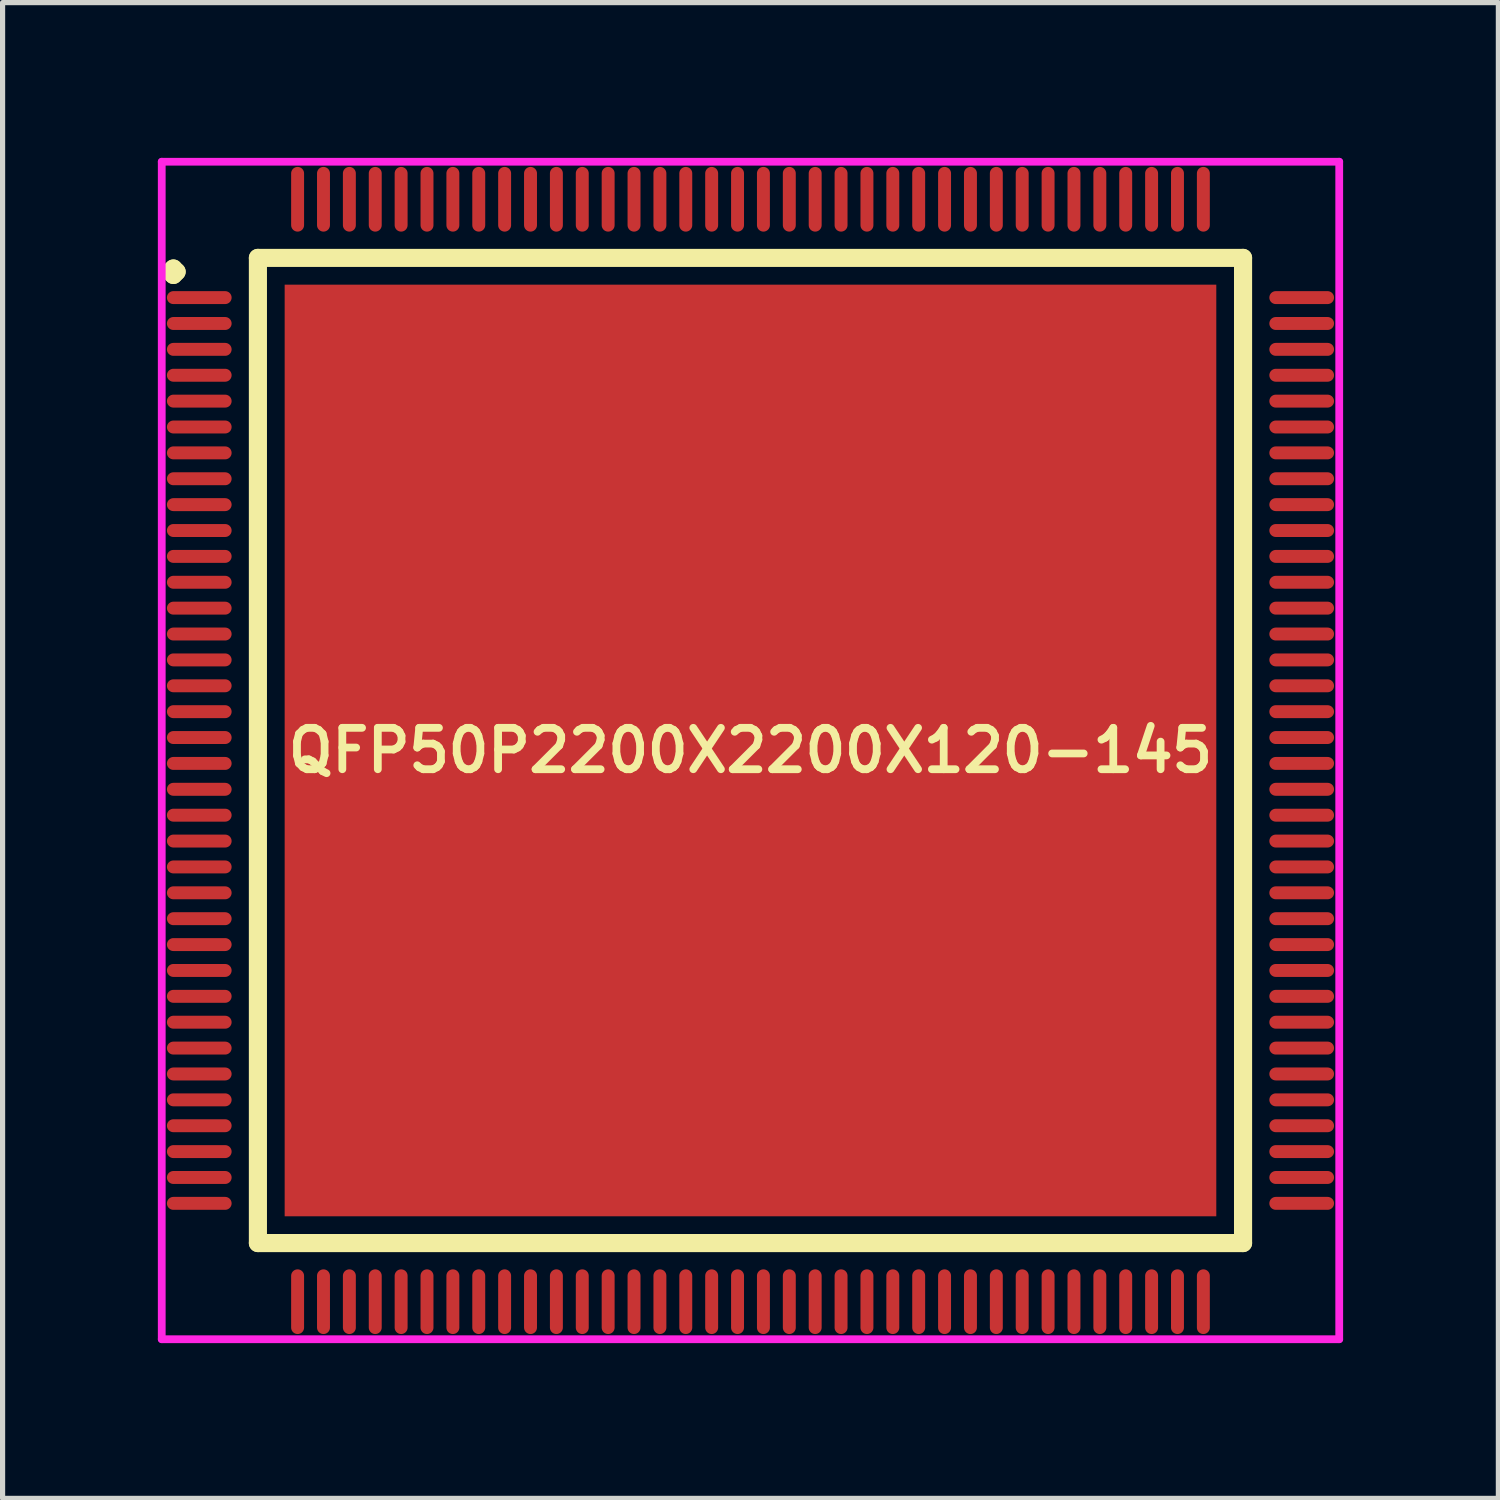
<source format=kicad_pcb>
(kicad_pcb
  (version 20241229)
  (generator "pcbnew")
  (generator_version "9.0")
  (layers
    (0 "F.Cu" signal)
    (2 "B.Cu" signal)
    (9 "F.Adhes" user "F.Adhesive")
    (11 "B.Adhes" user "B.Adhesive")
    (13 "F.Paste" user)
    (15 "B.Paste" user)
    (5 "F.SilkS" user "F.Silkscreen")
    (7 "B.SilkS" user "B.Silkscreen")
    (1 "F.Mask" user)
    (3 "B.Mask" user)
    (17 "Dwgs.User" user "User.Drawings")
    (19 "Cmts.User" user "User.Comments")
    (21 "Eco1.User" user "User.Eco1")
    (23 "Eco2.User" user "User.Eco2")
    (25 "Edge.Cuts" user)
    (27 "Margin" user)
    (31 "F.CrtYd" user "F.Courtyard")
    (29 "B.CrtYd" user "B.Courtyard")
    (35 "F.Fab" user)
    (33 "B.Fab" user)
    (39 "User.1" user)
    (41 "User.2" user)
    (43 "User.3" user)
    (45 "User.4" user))
  (footprint "QFP50P2200X2200X120-145"
    (layer "F.Cu")
    (at 11.45 11.45)
    (property "Reference" "QFP50P2200X2200X120-145" (at 0 0 0) (layer "F.SilkS") (effects (font (size 0.8 0.8) (thickness 0.15))))
    (attr smd)
    (fp_line (start -11.213 -9.25) (end -11.15 -9.312) (stroke (width 0.35) (type solid)) (layer "F.SilkS"))
    (fp_line (start -11.15 -9.312) (end -11.088 -9.25) (stroke (width 0.35) (type solid)) (layer "F.SilkS"))
    (fp_line (start -11.15 -9.188) (end -11.213 -9.25) (stroke (width 0.35) (type solid)) (layer "F.SilkS"))
    (fp_line (start -11.088 -9.25) (end -11.15 -9.188) (stroke (width 0.35) (type solid)) (layer "F.SilkS"))
    (fp_line (start -9.517 -9.517) (end -9.517 9.517) (stroke (width 0.35) (type solid)) (layer "F.SilkS"))
    (fp_line (start -9.517 9.517) (end 9.517 9.517) (stroke (width 0.35) (type solid)) (layer "F.SilkS"))
    (fp_line (start 9.517 -9.517) (end -9.517 -9.517) (stroke (width 0.35) (type solid)) (layer "F.SilkS"))
    (fp_line (start 9.517 9.517) (end 9.517 -9.517) (stroke (width 0.35) (type solid)) (layer "F.SilkS"))
    (fp_line (start -11.375 -11.375) (end 11.375 -11.375) (stroke (width 0.15) (type solid)) (layer "F.CrtYd"))
    (fp_line (start -11.375 11.375) (end -11.375 -11.375) (stroke (width 0.15) (type solid)) (layer "F.CrtYd"))
    (fp_line (start 11.375 -11.375) (end 11.375 11.375) (stroke (width 0.15) (type solid)) (layer "F.CrtYd"))
    (fp_line (start 11.375 11.375) (end -11.375 11.375) (stroke (width 0.15) (type solid)) (layer "F.CrtYd"))
    (pad "1" smd oval (at -10.65 -8.75) (size 1.25 0.25) (layers "F.Cu" "F.Mask" "F.Paste"))
    (pad "2" smd oval (at -10.65 -8.25) (size 1.25 0.25) (layers "F.Cu" "F.Mask" "F.Paste"))
    (pad "3" smd oval (at -10.65 -7.75) (size 1.25 0.25) (layers "F.Cu" "F.Mask" "F.Paste"))
    (pad "4" smd oval (at -10.65 -7.25) (size 1.25 0.25) (layers "F.Cu" "F.Mask" "F.Paste"))
    (pad "5" smd oval (at -10.65 -6.75) (size 1.25 0.25) (layers "F.Cu" "F.Mask" "F.Paste"))
    (pad "6" smd oval (at -10.65 -6.25) (size 1.25 0.25) (layers "F.Cu" "F.Mask" "F.Paste"))
    (pad "7" smd oval (at -10.65 -5.75) (size 1.25 0.25) (layers "F.Cu" "F.Mask" "F.Paste"))
    (pad "8" smd oval (at -10.65 -5.25) (size 1.25 0.25) (layers "F.Cu" "F.Mask" "F.Paste"))
    (pad "9" smd oval (at -10.65 -4.75) (size 1.25 0.25) (layers "F.Cu" "F.Mask" "F.Paste"))
    (pad "10" smd oval (at -10.65 -4.25) (size 1.25 0.25) (layers "F.Cu" "F.Mask" "F.Paste"))
    (pad "11" smd oval (at -10.65 -3.75) (size 1.25 0.25) (layers "F.Cu" "F.Mask" "F.Paste"))
    (pad "12" smd oval (at -10.65 -3.25) (size 1.25 0.25) (layers "F.Cu" "F.Mask" "F.Paste"))
    (pad "13" smd oval (at -10.65 -2.75) (size 1.25 0.25) (layers "F.Cu" "F.Mask" "F.Paste"))
    (pad "14" smd oval (at -10.65 -2.25) (size 1.25 0.25) (layers "F.Cu" "F.Mask" "F.Paste"))
    (pad "15" smd oval (at -10.65 -1.75) (size 1.25 0.25) (layers "F.Cu" "F.Mask" "F.Paste"))
    (pad "16" smd oval (at -10.65 -1.25) (size 1.25 0.25) (layers "F.Cu" "F.Mask" "F.Paste"))
    (pad "17" smd oval (at -10.65 -0.75) (size 1.25 0.25) (layers "F.Cu" "F.Mask" "F.Paste"))
    (pad "18" smd oval (at -10.65 -0.25) (size 1.25 0.25) (layers "F.Cu" "F.Mask" "F.Paste"))
    (pad "19" smd oval (at -10.65 0.25) (size 1.25 0.25) (layers "F.Cu" "F.Mask" "F.Paste"))
    (pad "20" smd oval (at -10.65 0.75) (size 1.25 0.25) (layers "F.Cu" "F.Mask" "F.Paste"))
    (pad "21" smd oval (at -10.65 1.25) (size 1.25 0.25) (layers "F.Cu" "F.Mask" "F.Paste"))
    (pad "22" smd oval (at -10.65 1.75) (size 1.25 0.25) (layers "F.Cu" "F.Mask" "F.Paste"))
    (pad "23" smd oval (at -10.65 2.25) (size 1.25 0.25) (layers "F.Cu" "F.Mask" "F.Paste"))
    (pad "24" smd oval (at -10.65 2.75) (size 1.25 0.25) (layers "F.Cu" "F.Mask" "F.Paste"))
    (pad "25" smd oval (at -10.65 3.25) (size 1.25 0.25) (layers "F.Cu" "F.Mask" "F.Paste"))
    (pad "26" smd oval (at -10.65 3.75) (size 1.25 0.25) (layers "F.Cu" "F.Mask" "F.Paste"))
    (pad "27" smd oval (at -10.65 4.25) (size 1.25 0.25) (layers "F.Cu" "F.Mask" "F.Paste"))
    (pad "28" smd oval (at -10.65 4.75) (size 1.25 0.25) (layers "F.Cu" "F.Mask" "F.Paste"))
    (pad "29" smd oval (at -10.65 5.25) (size 1.25 0.25) (layers "F.Cu" "F.Mask" "F.Paste"))
    (pad "30" smd oval (at -10.65 5.75) (size 1.25 0.25) (layers "F.Cu" "F.Mask" "F.Paste"))
    (pad "31" smd oval (at -10.65 6.25) (size 1.25 0.25) (layers "F.Cu" "F.Mask" "F.Paste"))
    (pad "32" smd oval (at -10.65 6.75) (size 1.25 0.25) (layers "F.Cu" "F.Mask" "F.Paste"))
    (pad "33" smd oval (at -10.65 7.25) (size 1.25 0.25) (layers "F.Cu" "F.Mask" "F.Paste"))
    (pad "34" smd oval (at -10.65 7.75) (size 1.25 0.25) (layers "F.Cu" "F.Mask" "F.Paste"))
    (pad "35" smd oval (at -10.65 8.25) (size 1.25 0.25) (layers "F.Cu" "F.Mask" "F.Paste"))
    (pad "36" smd oval (at -10.65 8.75) (size 1.25 0.25) (layers "F.Cu" "F.Mask" "F.Paste"))
    (pad "37" smd oval (at -8.75 10.65) (size 0.25 1.25) (layers "F.Cu" "F.Mask" "F.Paste"))
    (pad "38" smd oval (at -8.25 10.65) (size 0.25 1.25) (layers "F.Cu" "F.Mask" "F.Paste"))
    (pad "39" smd oval (at -7.75 10.65) (size 0.25 1.25) (layers "F.Cu" "F.Mask" "F.Paste"))
    (pad "40" smd oval (at -7.25 10.65) (size 0.25 1.25) (layers "F.Cu" "F.Mask" "F.Paste"))
    (pad "41" smd oval (at -6.75 10.65) (size 0.25 1.25) (layers "F.Cu" "F.Mask" "F.Paste"))
    (pad "42" smd oval (at -6.25 10.65) (size 0.25 1.25) (layers "F.Cu" "F.Mask" "F.Paste"))
    (pad "43" smd oval (at -5.75 10.65) (size 0.25 1.25) (layers "F.Cu" "F.Mask" "F.Paste"))
    (pad "44" smd oval (at -5.25 10.65) (size 0.25 1.25) (layers "F.Cu" "F.Mask" "F.Paste"))
    (pad "45" smd oval (at -4.75 10.65) (size 0.25 1.25) (layers "F.Cu" "F.Mask" "F.Paste"))
    (pad "46" smd oval (at -4.25 10.65) (size 0.25 1.25) (layers "F.Cu" "F.Mask" "F.Paste"))
    (pad "47" smd oval (at -3.75 10.65) (size 0.25 1.25) (layers "F.Cu" "F.Mask" "F.Paste"))
    (pad "48" smd oval (at -3.25 10.65) (size 0.25 1.25) (layers "F.Cu" "F.Mask" "F.Paste"))
    (pad "49" smd oval (at -2.75 10.65) (size 0.25 1.25) (layers "F.Cu" "F.Mask" "F.Paste"))
    (pad "50" smd oval (at -2.25 10.65) (size 0.25 1.25) (layers "F.Cu" "F.Mask" "F.Paste"))
    (pad "51" smd oval (at -1.75 10.65) (size 0.25 1.25) (layers "F.Cu" "F.Mask" "F.Paste"))
    (pad "52" smd oval (at -1.25 10.65) (size 0.25 1.25) (layers "F.Cu" "F.Mask" "F.Paste"))
    (pad "53" smd oval (at -0.75 10.65) (size 0.25 1.25) (layers "F.Cu" "F.Mask" "F.Paste"))
    (pad "54" smd oval (at -0.25 10.65) (size 0.25 1.25) (layers "F.Cu" "F.Mask" "F.Paste"))
    (pad "55" smd oval (at 0.25 10.65) (size 0.25 1.25) (layers "F.Cu" "F.Mask" "F.Paste"))
    (pad "56" smd oval (at 0.75 10.65) (size 0.25 1.25) (layers "F.Cu" "F.Mask" "F.Paste"))
    (pad "57" smd oval (at 1.25 10.65) (size 0.25 1.25) (layers "F.Cu" "F.Mask" "F.Paste"))
    (pad "58" smd oval (at 1.75 10.65) (size 0.25 1.25) (layers "F.Cu" "F.Mask" "F.Paste"))
    (pad "59" smd oval (at 2.25 10.65) (size 0.25 1.25) (layers "F.Cu" "F.Mask" "F.Paste"))
    (pad "60" smd oval (at 2.75 10.65) (size 0.25 1.25) (layers "F.Cu" "F.Mask" "F.Paste"))
    (pad "61" smd oval (at 3.25 10.65) (size 0.25 1.25) (layers "F.Cu" "F.Mask" "F.Paste"))
    (pad "62" smd oval (at 3.75 10.65) (size 0.25 1.25) (layers "F.Cu" "F.Mask" "F.Paste"))
    (pad "63" smd oval (at 4.25 10.65) (size 0.25 1.25) (layers "F.Cu" "F.Mask" "F.Paste"))
    (pad "64" smd oval (at 4.75 10.65) (size 0.25 1.25) (layers "F.Cu" "F.Mask" "F.Paste"))
    (pad "65" smd oval (at 5.25 10.65) (size 0.25 1.25) (layers "F.Cu" "F.Mask" "F.Paste"))
    (pad "66" smd oval (at 5.75 10.65) (size 0.25 1.25) (layers "F.Cu" "F.Mask" "F.Paste"))
    (pad "67" smd oval (at 6.25 10.65) (size 0.25 1.25) (layers "F.Cu" "F.Mask" "F.Paste"))
    (pad "68" smd oval (at 6.75 10.65) (size 0.25 1.25) (layers "F.Cu" "F.Mask" "F.Paste"))
    (pad "69" smd oval (at 7.25 10.65) (size 0.25 1.25) (layers "F.Cu" "F.Mask" "F.Paste"))
    (pad "70" smd oval (at 7.75 10.65) (size 0.25 1.25) (layers "F.Cu" "F.Mask" "F.Paste"))
    (pad "71" smd oval (at 8.25 10.65) (size 0.25 1.25) (layers "F.Cu" "F.Mask" "F.Paste"))
    (pad "72" smd oval (at 8.75 10.65) (size 0.25 1.25) (layers "F.Cu" "F.Mask" "F.Paste"))
    (pad "73" smd oval (at 10.65 8.75) (size 1.25 0.25) (layers "F.Cu" "F.Mask" "F.Paste"))
    (pad "74" smd oval (at 10.65 8.25) (size 1.25 0.25) (layers "F.Cu" "F.Mask" "F.Paste"))
    (pad "75" smd oval (at 10.65 7.75) (size 1.25 0.25) (layers "F.Cu" "F.Mask" "F.Paste"))
    (pad "76" smd oval (at 10.65 7.25) (size 1.25 0.25) (layers "F.Cu" "F.Mask" "F.Paste"))
    (pad "77" smd oval (at 10.65 6.75) (size 1.25 0.25) (layers "F.Cu" "F.Mask" "F.Paste"))
    (pad "78" smd oval (at 10.65 6.25) (size 1.25 0.25) (layers "F.Cu" "F.Mask" "F.Paste"))
    (pad "79" smd oval (at 10.65 5.75) (size 1.25 0.25) (layers "F.Cu" "F.Mask" "F.Paste"))
    (pad "80" smd oval (at 10.65 5.25) (size 1.25 0.25) (layers "F.Cu" "F.Mask" "F.Paste"))
    (pad "81" smd oval (at 10.65 4.75) (size 1.25 0.25) (layers "F.Cu" "F.Mask" "F.Paste"))
    (pad "82" smd oval (at 10.65 4.25) (size 1.25 0.25) (layers "F.Cu" "F.Mask" "F.Paste"))
    (pad "83" smd oval (at 10.65 3.75) (size 1.25 0.25) (layers "F.Cu" "F.Mask" "F.Paste"))
    (pad "84" smd oval (at 10.65 3.25) (size 1.25 0.25) (layers "F.Cu" "F.Mask" "F.Paste"))
    (pad "85" smd oval (at 10.65 2.75) (size 1.25 0.25) (layers "F.Cu" "F.Mask" "F.Paste"))
    (pad "86" smd oval (at 10.65 2.25) (size 1.25 0.25) (layers "F.Cu" "F.Mask" "F.Paste"))
    (pad "87" smd oval (at 10.65 1.75) (size 1.25 0.25) (layers "F.Cu" "F.Mask" "F.Paste"))
    (pad "88" smd oval (at 10.65 1.25) (size 1.25 0.25) (layers "F.Cu" "F.Mask" "F.Paste"))
    (pad "89" smd oval (at 10.65 0.75) (size 1.25 0.25) (layers "F.Cu" "F.Mask" "F.Paste"))
    (pad "90" smd oval (at 10.65 0.25) (size 1.25 0.25) (layers "F.Cu" "F.Mask" "F.Paste"))
    (pad "91" smd oval (at 10.65 -0.25) (size 1.25 0.25) (layers "F.Cu" "F.Mask" "F.Paste"))
    (pad "92" smd oval (at 10.65 -0.75) (size 1.25 0.25) (layers "F.Cu" "F.Mask" "F.Paste"))
    (pad "93" smd oval (at 10.65 -1.25) (size 1.25 0.25) (layers "F.Cu" "F.Mask" "F.Paste"))
    (pad "94" smd oval (at 10.65 -1.75) (size 1.25 0.25) (layers "F.Cu" "F.Mask" "F.Paste"))
    (pad "95" smd oval (at 10.65 -2.25) (size 1.25 0.25) (layers "F.Cu" "F.Mask" "F.Paste"))
    (pad "96" smd oval (at 10.65 -2.75) (size 1.25 0.25) (layers "F.Cu" "F.Mask" "F.Paste"))
    (pad "97" smd oval (at 10.65 -3.25) (size 1.25 0.25) (layers "F.Cu" "F.Mask" "F.Paste"))
    (pad "98" smd oval (at 10.65 -3.75) (size 1.25 0.25) (layers "F.Cu" "F.Mask" "F.Paste"))
    (pad "99" smd oval (at 10.65 -4.25) (size 1.25 0.25) (layers "F.Cu" "F.Mask" "F.Paste"))
    (pad "100" smd oval (at 10.65 -4.75) (size 1.25 0.25) (layers "F.Cu" "F.Mask" "F.Paste"))
    (pad "101" smd oval (at 10.65 -5.25) (size 1.25 0.25) (layers "F.Cu" "F.Mask" "F.Paste"))
    (pad "102" smd oval (at 10.65 -5.75) (size 1.25 0.25) (layers "F.Cu" "F.Mask" "F.Paste"))
    (pad "103" smd oval (at 10.65 -6.25) (size 1.25 0.25) (layers "F.Cu" "F.Mask" "F.Paste"))
    (pad "104" smd oval (at 10.65 -6.75) (size 1.25 0.25) (layers "F.Cu" "F.Mask" "F.Paste"))
    (pad "105" smd oval (at 10.65 -7.25) (size 1.25 0.25) (layers "F.Cu" "F.Mask" "F.Paste"))
    (pad "106" smd oval (at 10.65 -7.75) (size 1.25 0.25) (layers "F.Cu" "F.Mask" "F.Paste"))
    (pad "107" smd oval (at 10.65 -8.25) (size 1.25 0.25) (layers "F.Cu" "F.Mask" "F.Paste"))
    (pad "108" smd oval (at 10.65 -8.75) (size 1.25 0.25) (layers "F.Cu" "F.Mask" "F.Paste"))
    (pad "109" smd oval (at 8.75 -10.65) (size 0.25 1.25) (layers "F.Cu" "F.Mask" "F.Paste"))
    (pad "110" smd oval (at 8.25 -10.65) (size 0.25 1.25) (layers "F.Cu" "F.Mask" "F.Paste"))
    (pad "111" smd oval (at 7.75 -10.65) (size 0.25 1.25) (layers "F.Cu" "F.Mask" "F.Paste"))
    (pad "112" smd oval (at 7.25 -10.65) (size 0.25 1.25) (layers "F.Cu" "F.Mask" "F.Paste"))
    (pad "113" smd oval (at 6.75 -10.65) (size 0.25 1.25) (layers "F.Cu" "F.Mask" "F.Paste"))
    (pad "114" smd oval (at 6.25 -10.65) (size 0.25 1.25) (layers "F.Cu" "F.Mask" "F.Paste"))
    (pad "115" smd oval (at 5.75 -10.65) (size 0.25 1.25) (layers "F.Cu" "F.Mask" "F.Paste"))
    (pad "116" smd oval (at 5.25 -10.65) (size 0.25 1.25) (layers "F.Cu" "F.Mask" "F.Paste"))
    (pad "117" smd oval (at 4.75 -10.65) (size 0.25 1.25) (layers "F.Cu" "F.Mask" "F.Paste"))
    (pad "118" smd oval (at 4.25 -10.65) (size 0.25 1.25) (layers "F.Cu" "F.Mask" "F.Paste"))
    (pad "119" smd oval (at 3.75 -10.65) (size 0.25 1.25) (layers "F.Cu" "F.Mask" "F.Paste"))
    (pad "120" smd oval (at 3.25 -10.65) (size 0.25 1.25) (layers "F.Cu" "F.Mask" "F.Paste"))
    (pad "121" smd oval (at 2.75 -10.65) (size 0.25 1.25) (layers "F.Cu" "F.Mask" "F.Paste"))
    (pad "122" smd oval (at 2.25 -10.65) (size 0.25 1.25) (layers "F.Cu" "F.Mask" "F.Paste"))
    (pad "123" smd oval (at 1.75 -10.65) (size 0.25 1.25) (layers "F.Cu" "F.Mask" "F.Paste"))
    (pad "124" smd oval (at 1.25 -10.65) (size 0.25 1.25) (layers "F.Cu" "F.Mask" "F.Paste"))
    (pad "125" smd oval (at 0.75 -10.65) (size 0.25 1.25) (layers "F.Cu" "F.Mask" "F.Paste"))
    (pad "126" smd oval (at 0.25 -10.65) (size 0.25 1.25) (layers "F.Cu" "F.Mask" "F.Paste"))
    (pad "127" smd oval (at -0.25 -10.65) (size 0.25 1.25) (layers "F.Cu" "F.Mask" "F.Paste"))
    (pad "128" smd oval (at -0.75 -10.65) (size 0.25 1.25) (layers "F.Cu" "F.Mask" "F.Paste"))
    (pad "129" smd oval (at -1.25 -10.65) (size 0.25 1.25) (layers "F.Cu" "F.Mask" "F.Paste"))
    (pad "130" smd oval (at -1.75 -10.65) (size 0.25 1.25) (layers "F.Cu" "F.Mask" "F.Paste"))
    (pad "131" smd oval (at -2.25 -10.65) (size 0.25 1.25) (layers "F.Cu" "F.Mask" "F.Paste"))
    (pad "132" smd oval (at -2.75 -10.65) (size 0.25 1.25) (layers "F.Cu" "F.Mask" "F.Paste"))
    (pad "133" smd oval (at -3.25 -10.65) (size 0.25 1.25) (layers "F.Cu" "F.Mask" "F.Paste"))
    (pad "134" smd oval (at -3.75 -10.65) (size 0.25 1.25) (layers "F.Cu" "F.Mask" "F.Paste"))
    (pad "135" smd oval (at -4.25 -10.65) (size 0.25 1.25) (layers "F.Cu" "F.Mask" "F.Paste"))
    (pad "136" smd oval (at -4.75 -10.65) (size 0.25 1.25) (layers "F.Cu" "F.Mask" "F.Paste"))
    (pad "137" smd oval (at -5.25 -10.65) (size 0.25 1.25) (layers "F.Cu" "F.Mask" "F.Paste"))
    (pad "138" smd oval (at -5.75 -10.65) (size 0.25 1.25) (layers "F.Cu" "F.Mask" "F.Paste"))
    (pad "139" smd oval (at -6.25 -10.65) (size 0.25 1.25) (layers "F.Cu" "F.Mask" "F.Paste"))
    (pad "140" smd oval (at -6.75 -10.65) (size 0.25 1.25) (layers "F.Cu" "F.Mask" "F.Paste"))
    (pad "141" smd oval (at -7.25 -10.65) (size 0.25 1.25) (layers "F.Cu" "F.Mask" "F.Paste"))
    (pad "142" smd oval (at -7.75 -10.65) (size 0.25 1.25) (layers "F.Cu" "F.Mask" "F.Paste"))
    (pad "143" smd oval (at -8.25 -10.65) (size 0.25 1.25) (layers "F.Cu" "F.Mask" "F.Paste"))
    (pad "144" smd oval (at -8.75 -10.65) (size 0.25 1.25) (layers "F.Cu" "F.Mask" "F.Paste"))
    (pad "145" smd rect (at 0 0) (size 18 18) (layers "F.Cu" "F.Mask" "F.Paste")))
  (gr_rect
    (start -3 -3)
    (end 25.9 25.9)
    (stroke (width 0.1) (type default))
    (fill no)
    (layer "Edge.Cuts")))
</source>
